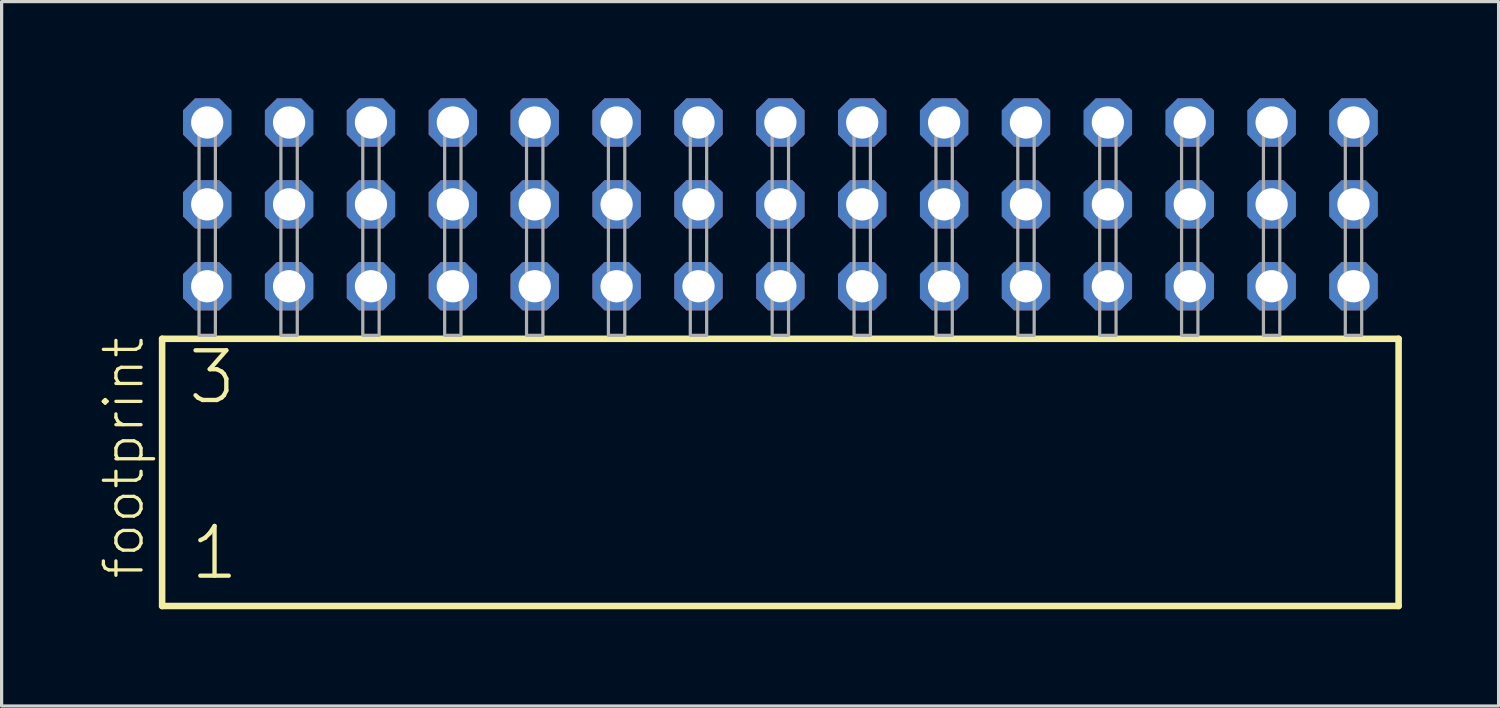
<source format=kicad_pcb>
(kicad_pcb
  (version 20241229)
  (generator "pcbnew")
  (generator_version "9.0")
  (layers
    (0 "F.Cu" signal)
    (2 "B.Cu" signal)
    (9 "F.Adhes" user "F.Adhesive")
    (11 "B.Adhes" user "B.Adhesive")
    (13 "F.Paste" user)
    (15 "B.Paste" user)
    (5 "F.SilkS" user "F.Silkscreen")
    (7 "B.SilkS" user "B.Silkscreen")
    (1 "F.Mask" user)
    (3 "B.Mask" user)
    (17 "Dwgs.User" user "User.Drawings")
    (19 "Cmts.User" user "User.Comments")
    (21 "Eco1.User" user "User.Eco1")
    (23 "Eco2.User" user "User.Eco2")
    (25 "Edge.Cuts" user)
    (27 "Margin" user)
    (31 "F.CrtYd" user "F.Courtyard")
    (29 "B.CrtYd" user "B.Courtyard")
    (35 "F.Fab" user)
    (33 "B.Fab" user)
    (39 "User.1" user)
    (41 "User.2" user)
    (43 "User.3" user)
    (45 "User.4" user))
  (footprint "footprint"
    (layer "F.Cu")
    (at 21.158 7.354)
    (property "Reference" "footprint" (at -19.685 7.62 90) (layer "F.SilkS") (effects (font (size 1.168 1.168) (thickness 0.102)) (justify left bottom)))
    (fp_line (start -19.179 0.106) (end -19.179 8.396) (stroke (width 0.203) (type solid)) (layer "F.SilkS"))
    (fp_line (start -19.179 8.396) (end 19.179 8.396) (stroke (width 0.203) (type solid)) (layer "F.SilkS"))
    (fp_line (start 19.179 0.106) (end -19.179 0.106) (stroke (width 0.203) (type solid)) (layer "F.SilkS"))
    (fp_line (start 19.179 8.396) (end 19.179 0.106) (stroke (width 0.203) (type solid)) (layer "F.SilkS"))
    (fp_poly (pts (xy -18.034 0) (xy -17.526 0) (xy -17.526 -6.858) (xy -18.034 -6.858)) (stroke (width 0.1) (type solid)) (fill no) (layer "F.Fab"))
    (fp_poly (pts (xy -15.494 0) (xy -14.986 0) (xy -14.986 -6.858) (xy -15.494 -6.858)) (stroke (width 0.1) (type solid)) (fill no) (layer "F.Fab"))
    (fp_poly (pts (xy -12.954 0) (xy -12.446 0) (xy -12.446 -6.858) (xy -12.954 -6.858)) (stroke (width 0.1) (type solid)) (fill no) (layer "F.Fab"))
    (fp_poly (pts (xy -10.414 0) (xy -9.906 0) (xy -9.906 -6.858) (xy -10.414 -6.858)) (stroke (width 0.1) (type solid)) (fill no) (layer "F.Fab"))
    (fp_poly (pts (xy -7.874 0) (xy -7.366 0) (xy -7.366 -6.858) (xy -7.874 -6.858)) (stroke (width 0.1) (type solid)) (fill no) (layer "F.Fab"))
    (fp_poly (pts (xy -5.334 0) (xy -4.826 0) (xy -4.826 -6.858) (xy -5.334 -6.858)) (stroke (width 0.1) (type solid)) (fill no) (layer "F.Fab"))
    (fp_poly (pts (xy -2.794 0) (xy -2.286 0) (xy -2.286 -6.858) (xy -2.794 -6.858)) (stroke (width 0.1) (type solid)) (fill no) (layer "F.Fab"))
    (fp_poly (pts (xy -0.254 0) (xy 0.254 0) (xy 0.254 -6.858) (xy -0.254 -6.858)) (stroke (width 0.1) (type solid)) (fill no) (layer "F.Fab"))
    (fp_poly (pts (xy 2.286 0) (xy 2.794 0) (xy 2.794 -6.858) (xy 2.286 -6.858)) (stroke (width 0.1) (type solid)) (fill no) (layer "F.Fab"))
    (fp_poly (pts (xy 4.826 0) (xy 5.334 0) (xy 5.334 -6.858) (xy 4.826 -6.858)) (stroke (width 0.1) (type solid)) (fill no) (layer "F.Fab"))
    (fp_poly (pts (xy 7.366 0) (xy 7.874 0) (xy 7.874 -6.858) (xy 7.366 -6.858)) (stroke (width 0.1) (type solid)) (fill no) (layer "F.Fab"))
    (fp_poly (pts (xy 9.906 0) (xy 10.414 0) (xy 10.414 -6.858) (xy 9.906 -6.858)) (stroke (width 0.1) (type solid)) (fill no) (layer "F.Fab"))
    (fp_poly (pts (xy 12.446 0) (xy 12.954 0) (xy 12.954 -6.858) (xy 12.446 -6.858)) (stroke (width 0.1) (type solid)) (fill no) (layer "F.Fab"))
    (fp_poly (pts (xy 14.986 0) (xy 15.494 0) (xy 15.494 -6.858) (xy 14.986 -6.858)) (stroke (width 0.1) (type solid)) (fill no) (layer "F.Fab"))
    (fp_poly (pts (xy 17.526 0) (xy 18.034 0) (xy 18.034 -6.858) (xy 17.526 -6.858)) (stroke (width 0.1) (type solid)) (fill no) (layer "F.Fab"))
    (fp_text user "1" (at -18.375 7.65 0) (layer "F.SilkS") (effects (font (size 1.542 1.542) (thickness 0.134)) (justify left bottom)))
    (fp_text user "3" (at -18.45 2.2 0) (layer "F.SilkS") (effects (font (size 1.542 1.542) (thickness 0.134)) (justify left bottom)))
    (pad "1" thru_hole roundrect (at -17.78 -1.524) (size 1.5 1.5) (drill 1) (layers "*.Cu" "*.Mask") (roundrect_rratio 0.25) (chamfer_ratio 0.25) (chamfer top_left top_right bottom_left bottom_right))
    (pad "2" thru_hole roundrect (at -17.78 -4.064) (size 1.5 1.5) (drill 1) (layers "*.Cu" "*.Mask") (roundrect_rratio 0.25) (chamfer_ratio 0.25) (chamfer top_left top_right bottom_left bottom_right))
    (pad "3" thru_hole roundrect (at -17.78 -6.604) (size 1.5 1.5) (drill 1) (layers "*.Cu" "*.Mask") (roundrect_rratio 0.25) (chamfer_ratio 0.25) (chamfer top_left top_right bottom_left bottom_right))
    (pad "4" thru_hole roundrect (at -15.24 -1.524) (size 1.5 1.5) (drill 1) (layers "*.Cu" "*.Mask") (roundrect_rratio 0.25) (chamfer_ratio 0.25) (chamfer top_left top_right bottom_left bottom_right))
    (pad "5" thru_hole roundrect (at -15.24 -4.064) (size 1.5 1.5) (drill 1) (layers "*.Cu" "*.Mask") (roundrect_rratio 0.25) (chamfer_ratio 0.25) (chamfer top_left top_right bottom_left bottom_right))
    (pad "6" thru_hole roundrect (at -15.24 -6.604) (size 1.5 1.5) (drill 1) (layers "*.Cu" "*.Mask") (roundrect_rratio 0.25) (chamfer_ratio 0.25) (chamfer top_left top_right bottom_left bottom_right))
    (pad "7" thru_hole roundrect (at -12.7 -1.524) (size 1.5 1.5) (drill 1) (layers "*.Cu" "*.Mask") (roundrect_rratio 0.25) (chamfer_ratio 0.25) (chamfer top_left top_right bottom_left bottom_right))
    (pad "8" thru_hole roundrect (at -12.7 -4.064) (size 1.5 1.5) (drill 1) (layers "*.Cu" "*.Mask") (roundrect_rratio 0.25) (chamfer_ratio 0.25) (chamfer top_left top_right bottom_left bottom_right))
    (pad "9" thru_hole roundrect (at -12.7 -6.604) (size 1.5 1.5) (drill 1) (layers "*.Cu" "*.Mask") (roundrect_rratio 0.25) (chamfer_ratio 0.25) (chamfer top_left top_right bottom_left bottom_right))
    (pad "10" thru_hole roundrect (at -10.16 -1.524) (size 1.5 1.5) (drill 1) (layers "*.Cu" "*.Mask") (roundrect_rratio 0.25) (chamfer_ratio 0.25) (chamfer top_left top_right bottom_left bottom_right))
    (pad "11" thru_hole roundrect (at -10.16 -4.064) (size 1.5 1.5) (drill 1) (layers "*.Cu" "*.Mask") (roundrect_rratio 0.25) (chamfer_ratio 0.25) (chamfer top_left top_right bottom_left bottom_right))
    (pad "12" thru_hole roundrect (at -10.16 -6.604) (size 1.5 1.5) (drill 1) (layers "*.Cu" "*.Mask") (roundrect_rratio 0.25) (chamfer_ratio 0.25) (chamfer top_left top_right bottom_left bottom_right))
    (pad "13" thru_hole roundrect (at -7.62 -1.524) (size 1.5 1.5) (drill 1) (layers "*.Cu" "*.Mask") (roundrect_rratio 0.25) (chamfer_ratio 0.25) (chamfer top_left top_right bottom_left bottom_right))
    (pad "14" thru_hole roundrect (at -7.62 -4.064) (size 1.5 1.5) (drill 1) (layers "*.Cu" "*.Mask") (roundrect_rratio 0.25) (chamfer_ratio 0.25) (chamfer top_left top_right bottom_left bottom_right))
    (pad "15" thru_hole roundrect (at -7.62 -6.604) (size 1.5 1.5) (drill 1) (layers "*.Cu" "*.Mask") (roundrect_rratio 0.25) (chamfer_ratio 0.25) (chamfer top_left top_right bottom_left bottom_right))
    (pad "16" thru_hole roundrect (at -5.08 -1.524) (size 1.5 1.5) (drill 1) (layers "*.Cu" "*.Mask") (roundrect_rratio 0.25) (chamfer_ratio 0.25) (chamfer top_left top_right bottom_left bottom_right))
    (pad "17" thru_hole roundrect (at -5.08 -4.064) (size 1.5 1.5) (drill 1) (layers "*.Cu" "*.Mask") (roundrect_rratio 0.25) (chamfer_ratio 0.25) (chamfer top_left top_right bottom_left bottom_right))
    (pad "18" thru_hole roundrect (at -5.08 -6.604) (size 1.5 1.5) (drill 1) (layers "*.Cu" "*.Mask") (roundrect_rratio 0.25) (chamfer_ratio 0.25) (chamfer top_left top_right bottom_left bottom_right))
    (pad "19" thru_hole roundrect (at -2.54 -1.524) (size 1.5 1.5) (drill 1) (layers "*.Cu" "*.Mask") (roundrect_rratio 0.25) (chamfer_ratio 0.25) (chamfer top_left top_right bottom_left bottom_right))
    (pad "20" thru_hole roundrect (at -2.54 -4.064) (size 1.5 1.5) (drill 1) (layers "*.Cu" "*.Mask") (roundrect_rratio 0.25) (chamfer_ratio 0.25) (chamfer top_left top_right bottom_left bottom_right))
    (pad "21" thru_hole roundrect (at -2.54 -6.604) (size 1.5 1.5) (drill 1) (layers "*.Cu" "*.Mask") (roundrect_rratio 0.25) (chamfer_ratio 0.25) (chamfer top_left top_right bottom_left bottom_right))
    (pad "22" thru_hole roundrect (at 0 -1.524) (size 1.5 1.5) (drill 1) (layers "*.Cu" "*.Mask") (roundrect_rratio 0.25) (chamfer_ratio 0.25) (chamfer top_left top_right bottom_left bottom_right))
    (pad "23" thru_hole roundrect (at 0 -4.064) (size 1.5 1.5) (drill 1) (layers "*.Cu" "*.Mask") (roundrect_rratio 0.25) (chamfer_ratio 0.25) (chamfer top_left top_right bottom_left bottom_right))
    (pad "24" thru_hole roundrect (at 0 -6.604) (size 1.5 1.5) (drill 1) (layers "*.Cu" "*.Mask") (roundrect_rratio 0.25) (chamfer_ratio 0.25) (chamfer top_left top_right bottom_left bottom_right))
    (pad "25" thru_hole roundrect (at 2.54 -1.524) (size 1.5 1.5) (drill 1) (layers "*.Cu" "*.Mask") (roundrect_rratio 0.25) (chamfer_ratio 0.25) (chamfer top_left top_right bottom_left bottom_right))
    (pad "26" thru_hole roundrect (at 2.54 -4.064) (size 1.5 1.5) (drill 1) (layers "*.Cu" "*.Mask") (roundrect_rratio 0.25) (chamfer_ratio 0.25) (chamfer top_left top_right bottom_left bottom_right))
    (pad "27" thru_hole roundrect (at 2.54 -6.604) (size 1.5 1.5) (drill 1) (layers "*.Cu" "*.Mask") (roundrect_rratio 0.25) (chamfer_ratio 0.25) (chamfer top_left top_right bottom_left bottom_right))
    (pad "28" thru_hole roundrect (at 5.08 -1.524) (size 1.5 1.5) (drill 1) (layers "*.Cu" "*.Mask") (roundrect_rratio 0.25) (chamfer_ratio 0.25) (chamfer top_left top_right bottom_left bottom_right))
    (pad "29" thru_hole roundrect (at 5.08 -4.064) (size 1.5 1.5) (drill 1) (layers "*.Cu" "*.Mask") (roundrect_rratio 0.25) (chamfer_ratio 0.25) (chamfer top_left top_right bottom_left bottom_right))
    (pad "30" thru_hole roundrect (at 5.08 -6.604) (size 1.5 1.5) (drill 1) (layers "*.Cu" "*.Mask") (roundrect_rratio 0.25) (chamfer_ratio 0.25) (chamfer top_left top_right bottom_left bottom_right))
    (pad "31" thru_hole roundrect (at 7.62 -1.524) (size 1.5 1.5) (drill 1) (layers "*.Cu" "*.Mask") (roundrect_rratio 0.25) (chamfer_ratio 0.25) (chamfer top_left top_right bottom_left bottom_right))
    (pad "32" thru_hole roundrect (at 7.62 -4.064) (size 1.5 1.5) (drill 1) (layers "*.Cu" "*.Mask") (roundrect_rratio 0.25) (chamfer_ratio 0.25) (chamfer top_left top_right bottom_left bottom_right))
    (pad "33" thru_hole roundrect (at 7.62 -6.604) (size 1.5 1.5) (drill 1) (layers "*.Cu" "*.Mask") (roundrect_rratio 0.25) (chamfer_ratio 0.25) (chamfer top_left top_right bottom_left bottom_right))
    (pad "34" thru_hole roundrect (at 10.16 -1.524) (size 1.5 1.5) (drill 1) (layers "*.Cu" "*.Mask") (roundrect_rratio 0.25) (chamfer_ratio 0.25) (chamfer top_left top_right bottom_left bottom_right))
    (pad "35" thru_hole roundrect (at 10.16 -4.064) (size 1.5 1.5) (drill 1) (layers "*.Cu" "*.Mask") (roundrect_rratio 0.25) (chamfer_ratio 0.25) (chamfer top_left top_right bottom_left bottom_right))
    (pad "36" thru_hole roundrect (at 10.16 -6.604) (size 1.5 1.5) (drill 1) (layers "*.Cu" "*.Mask") (roundrect_rratio 0.25) (chamfer_ratio 0.25) (chamfer top_left top_right bottom_left bottom_right))
    (pad "37" thru_hole roundrect (at 12.7 -1.524) (size 1.5 1.5) (drill 1) (layers "*.Cu" "*.Mask") (roundrect_rratio 0.25) (chamfer_ratio 0.25) (chamfer top_left top_right bottom_left bottom_right))
    (pad "38" thru_hole roundrect (at 12.7 -4.064) (size 1.5 1.5) (drill 1) (layers "*.Cu" "*.Mask") (roundrect_rratio 0.25) (chamfer_ratio 0.25) (chamfer top_left top_right bottom_left bottom_right))
    (pad "39" thru_hole roundrect (at 12.7 -6.604) (size 1.5 1.5) (drill 1) (layers "*.Cu" "*.Mask") (roundrect_rratio 0.25) (chamfer_ratio 0.25) (chamfer top_left top_right bottom_left bottom_right))
    (pad "40" thru_hole roundrect (at 15.24 -1.524) (size 1.5 1.5) (drill 1) (layers "*.Cu" "*.Mask") (roundrect_rratio 0.25) (chamfer_ratio 0.25) (chamfer top_left top_right bottom_left bottom_right))
    (pad "41" thru_hole roundrect (at 15.24 -4.064) (size 1.5 1.5) (drill 1) (layers "*.Cu" "*.Mask") (roundrect_rratio 0.25) (chamfer_ratio 0.25) (chamfer top_left top_right bottom_left bottom_right))
    (pad "42" thru_hole roundrect (at 15.24 -6.604) (size 1.5 1.5) (drill 1) (layers "*.Cu" "*.Mask") (roundrect_rratio 0.25) (chamfer_ratio 0.25) (chamfer top_left top_right bottom_left bottom_right))
    (pad "43" thru_hole roundrect (at 17.78 -1.524) (size 1.5 1.5) (drill 1) (layers "*.Cu" "*.Mask") (roundrect_rratio 0.25) (chamfer_ratio 0.25) (chamfer top_left top_right bottom_left bottom_right))
    (pad "44" thru_hole roundrect (at 17.78 -4.064) (size 1.5 1.5) (drill 1) (layers "*.Cu" "*.Mask") (roundrect_rratio 0.25) (chamfer_ratio 0.25) (chamfer top_left top_right bottom_left bottom_right))
    (pad "45" thru_hole roundrect (at 17.78 -6.604) (size 1.5 1.5) (drill 1) (layers "*.Cu" "*.Mask") (roundrect_rratio 0.25) (chamfer_ratio 0.25) (chamfer top_left top_right bottom_left bottom_right)))
  (gr_rect
    (start -3 -3)
    (end 43.439 18.852)
    (stroke (width 0.1) (type default))
    (fill no)
    (layer "Edge.Cuts")))
</source>
